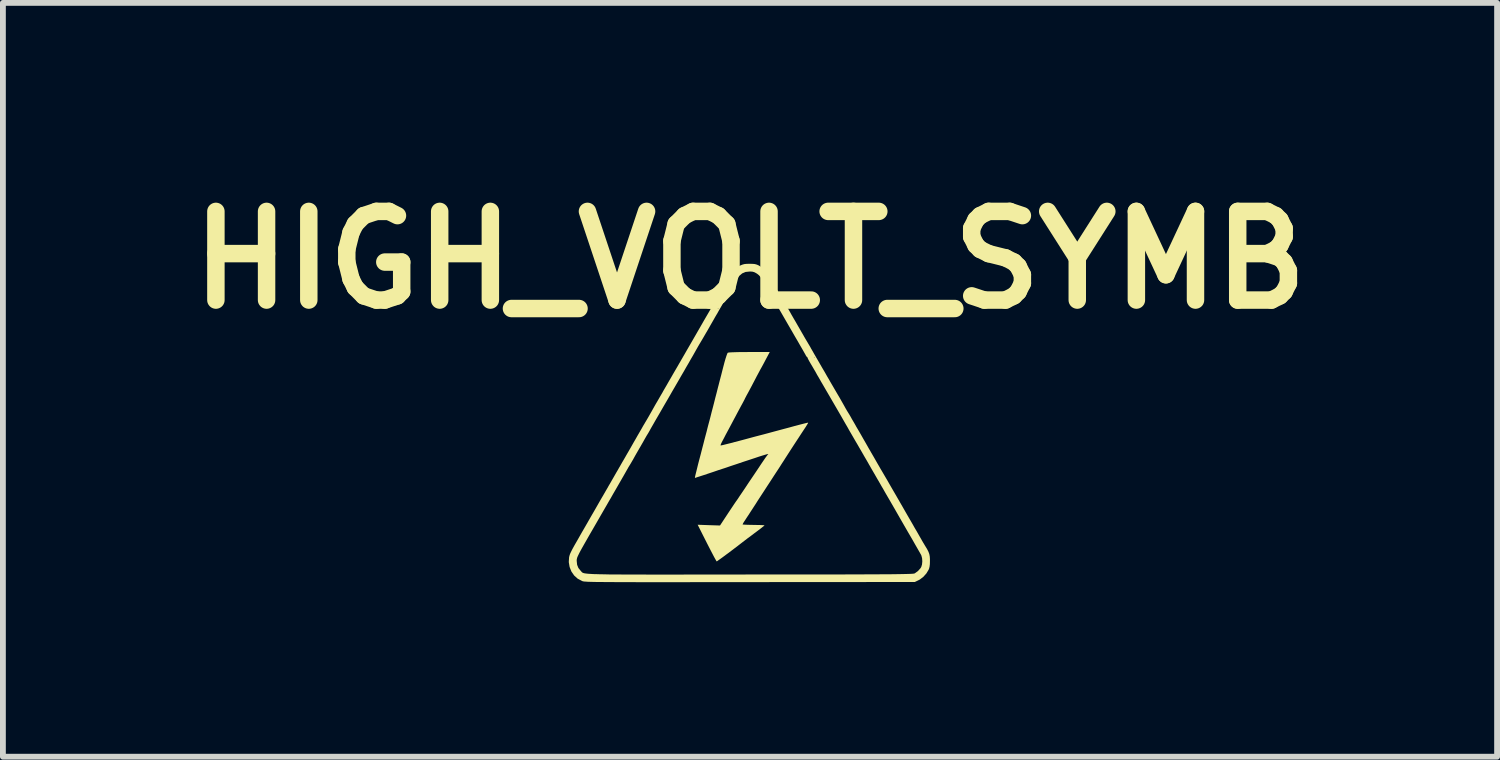
<source format=kicad_pcb>
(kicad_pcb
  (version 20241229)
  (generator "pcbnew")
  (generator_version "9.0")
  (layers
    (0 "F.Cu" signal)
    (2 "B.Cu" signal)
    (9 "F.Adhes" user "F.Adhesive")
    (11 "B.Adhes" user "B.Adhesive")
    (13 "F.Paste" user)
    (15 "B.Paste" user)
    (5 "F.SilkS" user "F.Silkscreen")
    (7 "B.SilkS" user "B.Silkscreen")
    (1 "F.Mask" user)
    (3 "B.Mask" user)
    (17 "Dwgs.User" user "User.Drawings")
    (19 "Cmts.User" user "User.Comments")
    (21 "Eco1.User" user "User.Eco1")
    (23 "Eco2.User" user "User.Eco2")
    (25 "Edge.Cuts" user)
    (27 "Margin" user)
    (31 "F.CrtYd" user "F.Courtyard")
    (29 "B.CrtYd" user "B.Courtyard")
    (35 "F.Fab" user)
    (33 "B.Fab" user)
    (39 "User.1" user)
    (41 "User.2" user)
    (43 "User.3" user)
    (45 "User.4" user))
  (footprint "HIGH_VOLT_SYMB"
    (layer "F.Cu")
    (at 9.841 4.218)
    (property "Reference" "HIGH_VOLT_SYMB" (at 0 -2.8 0) (layer "F.SilkS") (effects (font (size 1.524 1.524) (thickness 0.3))))
    (attr board_only exclude_from_pos_files exclude_from_bom)
    (fp_poly (pts (xy 0.265 -1.079) (xy 0.239 -1.029) (xy 0.215 -0.985) (xy 0.197 -0.952) (xy 0.186 -0.933) (xy 0.185 -0.93) (xy 0.177 -0.917) (xy 0.162 -0.888) (xy 0.14 -0.847) (xy 0.113 -0.797) (xy 0.092 -0.756) (xy 0.059 -0.693) (xy 0.026 -0.63) (xy -0.005 -0.572) (xy -0.03 -0.525) (xy -0.04 -0.507) (xy -0.061 -0.469) (xy -0.077 -0.438) (xy -0.086 -0.421) (xy -0.087 -0.418) (xy -0.092 -0.407) (xy -0.105 -0.382) (xy -0.125 -0.344) (xy -0.149 -0.3) (xy -0.151 -0.297) (xy -0.177 -0.248) (xy -0.211 -0.185) (xy -0.248 -0.115) (xy -0.286 -0.044) (xy -0.315 0.011) (xy -0.35 0.077) (xy -0.386 0.144) (xy -0.419 0.205) (xy -0.446 0.258) (xy -0.464 0.292) (xy -0.485 0.331) (xy -0.5 0.363) (xy -0.507 0.384) (xy -0.507 0.388) (xy -0.496 0.387) (xy -0.466 0.381) (xy -0.422 0.37) (xy -0.366 0.356) (xy -0.301 0.34) (xy -0.27 0.331) (xy -0.185 0.309) (xy -0.091 0.284) (xy 0.005 0.258) (xy 0.094 0.234) (xy 0.163 0.216) (xy 0.229 0.199) (xy 0.311 0.177) (xy 0.403 0.152) (xy 0.5 0.126) (xy 0.597 0.1) (xy 0.68 0.078) (xy 0.759 0.056) (xy 0.831 0.037) (xy 0.893 0.021) (xy 0.944 0.008) (xy 0.979 -0.000434) (xy 0.997 -0.004) (xy 0.999 -0.004) (xy 0.996 0.006) (xy 0.982 0.029) (xy 0.962 0.062) (xy 0.955 0.073) (xy 0.929 0.112) (xy 0.896 0.162) (xy 0.86 0.217) (xy 0.825 0.271) (xy 0.824 0.272) (xy 0.754 0.379) (xy 0.695 0.47) (xy 0.646 0.546) (xy 0.606 0.608) (xy 0.575 0.657) (xy 0.55 0.695) (xy 0.534 0.72) (xy 0.516 0.749) (xy 0.488 0.792) (xy 0.453 0.845) (xy 0.415 0.903) (xy 0.379 0.959) (xy 0.34 1.019) (xy 0.292 1.092) (xy 0.239 1.174) (xy 0.184 1.258) (xy 0.13 1.341) (xy 0.098 1.392) (xy 0.053 1.461) (xy 0.01 1.527) (xy -0.028 1.586) (xy -0.061 1.635) (xy -0.085 1.673) (xy -0.1 1.695) (xy -0.1 1.695) (xy -0.117 1.722) (xy -0.126 1.741) (xy -0.127 1.747) (xy -0.115 1.748) (xy -0.085 1.75) (xy -0.041 1.752) (xy 0.014 1.753) (xy 0.064 1.754) (xy 0.125 1.755) (xy 0.177 1.756) (xy 0.218 1.758) (xy 0.243 1.76) (xy 0.249 1.761) (xy 0.241 1.77) (xy 0.218 1.788) (xy 0.184 1.815) (xy 0.142 1.847) (xy 0.122 1.862) (xy 0.071 1.9) (xy 0.017 1.941) (xy -0.039 1.982) (xy -0.091 2.022) (xy -0.138 2.058) (xy -0.174 2.086) (xy -0.198 2.104) (xy -0.201 2.107) (xy -0.231 2.13) (xy -0.271 2.16) (xy -0.317 2.195) (xy -0.367 2.233) (xy -0.418 2.27) (xy -0.466 2.306) (xy -0.509 2.337) (xy -0.543 2.361) (xy -0.565 2.377) (xy -0.573 2.381) (xy -0.58 2.372) (xy -0.595 2.345) (xy -0.618 2.304) (xy -0.646 2.25) (xy -0.68 2.185) (xy -0.717 2.113) (xy -0.741 2.066) (xy -0.9 1.751) (xy -0.708 1.758) (xy -0.516 1.764) (xy -0.381 1.559) (xy -0.341 1.499) (xy -0.305 1.445) (xy -0.275 1.4) (xy -0.252 1.366) (xy -0.239 1.347) (xy -0.236 1.343) (xy -0.227 1.331) (xy -0.207 1.302) (xy -0.177 1.256) (xy -0.136 1.196) (xy -0.086 1.122) (xy -0.028 1.034) (xy 0.039 0.935) (xy 0.113 0.825) (xy 0.193 0.705) (xy 0.199 0.696) (xy 0.233 0.646) (xy 0.263 0.602) (xy 0.288 0.568) (xy 0.304 0.547) (xy 0.309 0.541) (xy 0.315 0.536) (xy 0.313 0.535) (xy 0.303 0.536) (xy 0.283 0.541) (xy 0.252 0.55) (xy 0.209 0.563) (xy 0.152 0.581) (xy 0.081 0.605) (xy -0.007 0.634) (xy -0.111 0.668) (xy -0.235 0.71) (xy -0.323 0.739) (xy -0.434 0.777) (xy -0.539 0.811) (xy -0.635 0.844) (xy -0.722 0.873) (xy -0.797 0.898) (xy -0.859 0.918) (xy -0.906 0.933) (xy -0.935 0.943) (xy -0.946 0.946) (xy -0.947 0.944) (xy -0.947 0.938) (xy -0.945 0.926) (xy -0.941 0.907) (xy -0.934 0.878) (xy -0.924 0.838) (xy -0.911 0.786) (xy -0.895 0.72) (xy -0.874 0.639) (xy -0.848 0.541) (xy -0.818 0.424) (xy -0.801 0.359) (xy -0.783 0.288) (xy -0.764 0.216) (xy -0.746 0.149) (xy -0.732 0.092) (xy -0.725 0.065) (xy -0.714 0.023) (xy -0.698 -0.036) (xy -0.68 -0.105) (xy -0.661 -0.181) (xy -0.641 -0.257) (xy -0.637 -0.272) (xy -0.617 -0.35) (xy -0.597 -0.43) (xy -0.577 -0.506) (xy -0.56 -0.573) (xy -0.547 -0.625) (xy -0.545 -0.631) (xy -0.532 -0.682) (xy -0.515 -0.748) (xy -0.495 -0.824) (xy -0.475 -0.903) (xy -0.457 -0.973) (xy -0.438 -1.045) (xy -0.42 -1.107) (xy -0.404 -1.156) (xy -0.392 -1.189) (xy -0.384 -1.204) (xy -0.384 -1.204) (xy -0.372 -1.208) (xy -0.346 -1.211) (xy -0.305 -1.213) (xy -0.247 -1.215) (xy -0.171 -1.217) (xy -0.076 -1.217) (xy -0.014 -1.218) (xy 0.339 -1.218)) (stroke (width 0) (type solid)) (fill yes) (layer "F.SilkS"))
    (fp_poly (pts (xy -0.005 -2.734) (xy 0.047 -2.733) (xy 0.085 -2.729) (xy 0.117 -2.72) (xy 0.147 -2.707) (xy 0.192 -2.679) (xy 0.239 -2.64) (xy 0.281 -2.597) (xy 0.311 -2.556) (xy 0.315 -2.549) (xy 0.327 -2.528) (xy 0.347 -2.492) (xy 0.372 -2.448) (xy 0.4 -2.399) (xy 0.401 -2.398) (xy 0.431 -2.347) (xy 0.459 -2.298) (xy 0.482 -2.256) (xy 0.498 -2.229) (xy 0.517 -2.195) (xy 0.543 -2.151) (xy 0.569 -2.107) (xy 0.571 -2.104) (xy 0.596 -2.062) (xy 0.627 -2.009) (xy 0.66 -1.952) (xy 0.682 -1.914) (xy 0.712 -1.86) (xy 0.749 -1.796) (xy 0.789 -1.728) (xy 0.826 -1.663) (xy 0.832 -1.653) (xy 0.863 -1.599) (xy 0.891 -1.55) (xy 0.915 -1.509) (xy 0.931 -1.48) (xy 0.936 -1.472) (xy 0.951 -1.446) (xy 0.973 -1.409) (xy 0.997 -1.369) (xy 0.999 -1.365) (xy 1.02 -1.33) (xy 1.036 -1.303) (xy 1.043 -1.289) (xy 1.044 -1.288) (xy 1.049 -1.278) (xy 1.064 -1.253) (xy 1.086 -1.214) (xy 1.114 -1.165) (xy 1.147 -1.108) (xy 1.154 -1.096) (xy 1.195 -1.025) (xy 1.24 -0.947) (xy 1.286 -0.869) (xy 1.326 -0.798) (xy 1.351 -0.756) (xy 1.388 -0.691) (xy 1.429 -0.621) (xy 1.468 -0.554) (xy 1.502 -0.496) (xy 1.509 -0.484) (xy 1.541 -0.43) (xy 1.572 -0.375) (xy 1.6 -0.326) (xy 1.618 -0.294) (xy 1.64 -0.254) (xy 1.66 -0.219) (xy 1.674 -0.196) (xy 1.674 -0.196) (xy 1.687 -0.175) (xy 1.708 -0.141) (xy 1.733 -0.098) (xy 1.751 -0.065) (xy 1.777 -0.021) (xy 1.799 0.017) (xy 1.815 0.045) (xy 1.821 0.057) (xy 1.841 0.091) (xy 1.867 0.135) (xy 1.896 0.185) (xy 1.924 0.234) (xy 1.949 0.278) (xy 1.968 0.311) (xy 1.974 0.321) (xy 1.988 0.346) (xy 2.011 0.386) (xy 2.038 0.434) (xy 2.069 0.487) (xy 2.076 0.5) (xy 2.107 0.553) (xy 2.136 0.603) (xy 2.16 0.645) (xy 2.177 0.675) (xy 2.18 0.68) (xy 2.196 0.708) (xy 2.22 0.749) (xy 2.246 0.795) (xy 2.262 0.821) (xy 2.312 0.907) (xy 2.358 0.985) (xy 2.402 1.062) (xy 2.447 1.14) (xy 2.497 1.226) (xy 2.553 1.323) (xy 2.583 1.375) (xy 2.629 1.455) (xy 2.677 1.539) (xy 2.726 1.624) (xy 2.772 1.703) (xy 2.811 1.771) (xy 2.827 1.8) (xy 2.862 1.859) (xy 2.894 1.915) (xy 2.922 1.964) (xy 2.944 2.002) (xy 2.955 2.022) (xy 2.977 2.06) (xy 3 2.098) (xy 3.007 2.11) (xy 3.042 2.167) (xy 3.066 2.214) (xy 3.081 2.254) (xy 3.089 2.295) (xy 3.092 2.341) (xy 3.092 2.37) (xy 3.091 2.427) (xy 3.086 2.469) (xy 3.078 2.503) (xy 3.069 2.525) (xy 3.031 2.588) (xy 2.979 2.646) (xy 2.919 2.692) (xy 2.892 2.706) (xy 2.832 2.735) (xy 0 2.737) (xy -0.293 2.737) (xy -0.566 2.737) (xy -0.818 2.737) (xy -1.051 2.738) (xy -1.265 2.738) (xy -1.461 2.738) (xy -1.641 2.738) (xy -1.804 2.738) (xy -1.952 2.738) (xy -2.085 2.737) (xy -2.205 2.737) (xy -2.311 2.737) (xy -2.405 2.736) (xy -2.488 2.736) (xy -2.56 2.735) (xy -2.622 2.735) (xy -2.676 2.734) (xy -2.721 2.733) (xy -2.758 2.732) (xy -2.789 2.731) (xy -2.814 2.729) (xy -2.834 2.728) (xy -2.849 2.727) (xy -2.861 2.725) (xy -2.871 2.723) (xy -2.878 2.721) (xy -2.885 2.719) (xy -2.888 2.717) (xy -2.962 2.678) (xy -3.023 2.623) (xy -3.07 2.555) (xy -3.101 2.477) (xy -3.115 2.393) (xy -3.114 2.372) (xy -2.979 2.372) (xy -2.972 2.439) (xy -2.95 2.494) (xy -2.911 2.542) (xy -2.911 2.542) (xy -2.904 2.549) (xy -2.899 2.556) (xy -2.894 2.562) (xy -2.889 2.567) (xy -2.882 2.572) (xy -2.874 2.577) (xy -2.863 2.581) (xy -2.848 2.585) (xy -2.829 2.588) (xy -2.805 2.591) (xy -2.775 2.594) (xy -2.738 2.596) (xy -2.694 2.599) (xy -2.641 2.6) (xy -2.58 2.602) (xy -2.508 2.603) (xy -2.426 2.605) (xy -2.333 2.606) (xy -2.227 2.606) (xy -2.109 2.607) (xy -1.977 2.607) (xy -1.83 2.607) (xy -1.668 2.608) (xy -1.489 2.608) (xy -1.294 2.608) (xy -1.081 2.607) (xy -0.85 2.607) (xy -0.599 2.607) (xy -0.328 2.607) (xy -0.037 2.606) (xy 0.005 2.606) (xy 0.298 2.606) (xy 0.569 2.606) (xy 0.82 2.606) (xy 1.052 2.605) (xy 1.265 2.605) (xy 1.46 2.605) (xy 1.638 2.605) (xy 1.8 2.604) (xy 1.947 2.604) (xy 2.078 2.603) (xy 2.196 2.603) (xy 2.301 2.602) (xy 2.394 2.602) (xy 2.475 2.601) (xy 2.545 2.6) (xy 2.605 2.599) (xy 2.656 2.598) (xy 2.699 2.597) (xy 2.734 2.596) (xy 2.763 2.595) (xy 2.785 2.594) (xy 2.802 2.592) (xy 2.815 2.591) (xy 2.823 2.589) (xy 2.829 2.587) (xy 2.832 2.586) (xy 2.886 2.547) (xy 2.929 2.499) (xy 2.943 2.476) (xy 2.956 2.433) (xy 2.961 2.38) (xy 2.957 2.326) (xy 2.945 2.28) (xy 2.942 2.273) (xy 2.931 2.253) (xy 2.91 2.216) (xy 2.878 2.16) (xy 2.836 2.087) (xy 2.785 1.997) (xy 2.723 1.891) (xy 2.652 1.768) (xy 2.572 1.629) (xy 2.484 1.475) (xy 2.395 1.321) (xy 2.364 1.268) (xy 2.336 1.22) (xy 2.313 1.18) (xy 2.298 1.153) (xy 2.294 1.146) (xy 2.282 1.125) (xy 2.261 1.09) (xy 2.235 1.044) (xy 2.205 0.992) (xy 2.19 0.967) (xy 2.155 0.906) (xy 2.118 0.842) (xy 2.083 0.782) (xy 2.055 0.732) (xy 2.049 0.723) (xy 2.028 0.685) (xy 1.998 0.633) (xy 1.961 0.57) (xy 1.921 0.5) (xy 1.879 0.428) (xy 1.855 0.386) (xy 1.815 0.318) (xy 1.778 0.254) (xy 1.745 0.197) (xy 1.718 0.151) (xy 1.699 0.118) (xy 1.691 0.103) (xy 1.672 0.069) (xy 1.642 0.018) (xy 1.605 -0.047) (xy 1.561 -0.124) (xy 1.511 -0.21) (xy 1.457 -0.303) (xy 1.4 -0.401) (xy 1.342 -0.501) (xy 1.301 -0.571) (xy 1.256 -0.649) (xy 1.22 -0.71) (xy 1.193 -0.758) (xy 1.171 -0.796) (xy 1.154 -0.824) (xy 1.141 -0.848) (xy 1.13 -0.868) (xy 1.123 -0.881) (xy 1.104 -0.913) (xy 1.079 -0.956) (xy 1.052 -1.002) (xy 1.042 -1.018) (xy 1.019 -1.058) (xy 1.001 -1.091) (xy 0.991 -1.113) (xy 0.989 -1.119) (xy 0.986 -1.125) (xy 1.098 -1.125) (xy 1.104 -1.12) (xy 1.109 -1.125) (xy 1.104 -1.131) (xy 1.098 -1.125) (xy 0.986 -1.125) (xy 0.984 -1.13) (xy 0.981 -1.131) (xy 0.971 -1.14) (xy 0.961 -1.155) (xy 0.952 -1.173) (xy 0.933 -1.206) (xy 0.909 -1.249) (xy 0.88 -1.299) (xy 0.867 -1.321) (xy 0.822 -1.4) (xy 0.768 -1.492) (xy 0.71 -1.593) (xy 0.649 -1.698) (xy 0.588 -1.804) (xy 0.528 -1.908) (xy 0.471 -2.005) (xy 0.421 -2.093) (xy 0.378 -2.166) (xy 0.367 -2.186) (xy 0.331 -2.247) (xy 0.296 -2.307) (xy 0.264 -2.363) (xy 0.239 -2.408) (xy 0.226 -2.43) (xy 0.198 -2.479) (xy 0.175 -2.513) (xy 0.153 -2.538) (xy 0.127 -2.559) (xy 0.104 -2.574) (xy 0.071 -2.591) (xy 0.035 -2.6) (xy -0.005 -2.601) (xy -0.076 -2.594) (xy -0.135 -2.569) (xy -0.185 -2.526) (xy -0.229 -2.463) (xy -0.229 -2.463) (xy -0.262 -2.403) (xy -0.291 -2.353) (xy -0.319 -2.303) (xy -0.353 -2.245) (xy -0.359 -2.234) (xy -0.387 -2.186) (xy -0.421 -2.128) (xy -0.457 -2.066) (xy -0.494 -2.002) (xy -0.529 -1.942) (xy -0.559 -1.888) (xy -0.584 -1.846) (xy -0.6 -1.819) (xy -0.62 -1.783) (xy -0.64 -1.748) (xy -0.682 -1.675) (xy -0.722 -1.604) (xy -0.761 -1.538) (xy -0.795 -1.479) (xy -0.823 -1.431) (xy -0.844 -1.396) (xy -0.851 -1.384) (xy -0.871 -1.351) (xy -0.895 -1.31) (xy -0.91 -1.283) (xy -0.926 -1.255) (xy -0.95 -1.212) (xy -0.981 -1.157) (xy -1.018 -1.094) (xy -1.057 -1.025) (xy -1.098 -0.955) (xy -1.137 -0.886) (xy -1.174 -0.823) (xy -1.191 -0.794) (xy -1.209 -0.762) (xy -1.235 -0.717) (xy -1.266 -0.664) (xy -1.298 -0.608) (xy -1.307 -0.593) (xy -1.335 -0.545) (xy -1.371 -0.482) (xy -1.413 -0.409) (xy -1.459 -0.33) (xy -1.506 -0.249) (xy -1.549 -0.174) (xy -1.591 -0.102) (xy -1.63 -0.035) (xy -1.664 0.025) (xy -1.693 0.075) (xy -1.714 0.112) (xy -1.725 0.133) (xy -1.727 0.136) (xy -1.745 0.168) (xy -1.762 0.196) (xy -1.777 0.22) (xy -1.797 0.255) (xy -1.813 0.283) (xy -1.833 0.319) (xy -1.86 0.366) (xy -1.889 0.417) (xy -1.903 0.44) (xy -1.934 0.494) (xy -1.968 0.553) (xy -1.998 0.607) (xy -2.007 0.624) (xy -2.03 0.663) (xy -2.049 0.696) (xy -2.062 0.717) (xy -2.064 0.721) (xy -2.075 0.738) (xy -2.092 0.766) (xy -2.101 0.783) (xy -2.115 0.807) (xy -2.137 0.846) (xy -2.166 0.897) (xy -2.2 0.956) (xy -2.236 1.019) (xy -2.247 1.038) (xy -2.284 1.102) (xy -2.319 1.163) (xy -2.35 1.216) (xy -2.375 1.26) (xy -2.391 1.289) (xy -2.394 1.294) (xy -2.408 1.317) (xy -2.43 1.355) (xy -2.459 1.406) (xy -2.494 1.466) (xy -2.532 1.532) (xy -2.561 1.582) (xy -2.638 1.716) (xy -2.705 1.832) (xy -2.763 1.932) (xy -2.812 2.018) (xy -2.853 2.09) (xy -2.887 2.15) (xy -2.914 2.199) (xy -2.935 2.239) (xy -2.951 2.272) (xy -2.963 2.297) (xy -2.971 2.317) (xy -2.975 2.333) (xy -2.978 2.347) (xy -2.979 2.36) (xy -2.979 2.372) (xy -3.114 2.372) (xy -3.11 2.311) (xy -3.104 2.285) (xy -3.094 2.254) (xy -3.077 2.217) (xy -3.054 2.171) (xy -3.021 2.111) (xy -2.983 2.045) (xy -2.943 1.975) (xy -2.896 1.892) (xy -2.844 1.802) (xy -2.792 1.712) (xy -2.743 1.626) (xy -2.724 1.593) (xy -2.681 1.519) (xy -2.638 1.444) (xy -2.598 1.374) (xy -2.562 1.311) (xy -2.532 1.26) (xy -2.517 1.234) (xy -2.49 1.187) (xy -2.465 1.144) (xy -2.445 1.11) (xy -2.436 1.093) (xy -2.424 1.072) (xy -2.403 1.037) (xy -2.377 0.991) (xy -2.347 0.939) (xy -2.332 0.913) (xy -2.302 0.86) (xy -2.273 0.811) (xy -2.25 0.77) (xy -2.233 0.742) (xy -2.229 0.734) (xy -2.217 0.713) (xy -2.197 0.678) (xy -2.17 0.632) (xy -2.14 0.58) (xy -2.126 0.555) (xy -2.091 0.495) (xy -2.05 0.424) (xy -2.006 0.346) (xy -1.962 0.27) (xy -1.932 0.217) (xy -1.897 0.157) (xy -1.864 0.1) (xy -1.836 0.05) (xy -1.813 0.012) (xy -1.8 -0.011) (xy -1.799 -0.012) (xy -1.783 -0.039) (xy -1.76 -0.078) (xy -1.734 -0.123) (xy -1.72 -0.148) (xy -1.693 -0.195) (xy -1.66 -0.254) (xy -1.624 -0.318) (xy -1.589 -0.377) (xy -1.587 -0.381) (xy -1.557 -0.433) (xy -1.529 -0.481) (xy -1.505 -0.522) (xy -1.49 -0.55) (xy -1.487 -0.555) (xy -1.476 -0.574) (xy -1.455 -0.61) (xy -1.427 -0.658) (xy -1.394 -0.716) (xy -1.356 -0.781) (xy -1.327 -0.832) (xy -1.288 -0.899) (xy -1.251 -0.962) (xy -1.219 -1.018) (xy -1.192 -1.064) (xy -1.174 -1.096) (xy -1.166 -1.109) (xy -1.149 -1.139) (xy -1.121 -1.187) (xy -1.084 -1.252) (xy -1.037 -1.333) (xy -0.981 -1.43) (xy -0.917 -1.541) (xy -0.845 -1.666) (xy -0.837 -1.68) (xy -0.793 -1.757) (xy -0.747 -1.836) (xy -0.702 -1.913) (xy -0.674 -1.963) (xy -0.555 -1.963) (xy -0.549 -1.957) (xy -0.544 -1.963) (xy -0.549 -1.968) (xy -0.555 -1.963) (xy -0.674 -1.963) (xy -0.662 -1.984) (xy -0.627 -2.043) (xy -0.611 -2.071) (xy -0.581 -2.124) (xy -0.553 -2.172) (xy -0.53 -2.212) (xy -0.514 -2.239) (xy -0.511 -2.245) (xy -0.454 -2.344) (xy -0.406 -2.426) (xy -0.366 -2.493) (xy -0.332 -2.546) (xy -0.304 -2.589) (xy -0.279 -2.621) (xy -0.257 -2.646) (xy -0.235 -2.665) (xy -0.213 -2.681) (xy -0.189 -2.694) (xy -0.165 -2.706) (xy -0.13 -2.72) (xy -0.098 -2.729) (xy -0.06 -2.733) (xy -0.01 -2.734)) (stroke (width 0) (type solid)) (fill yes) (layer "F.SilkS")))
  (gr_rect
    (start -3 -3)
    (end 22.681 9.956)
    (stroke (width 0.1) (type default))
    (fill no)
    (layer "Edge.Cuts")))
</source>
